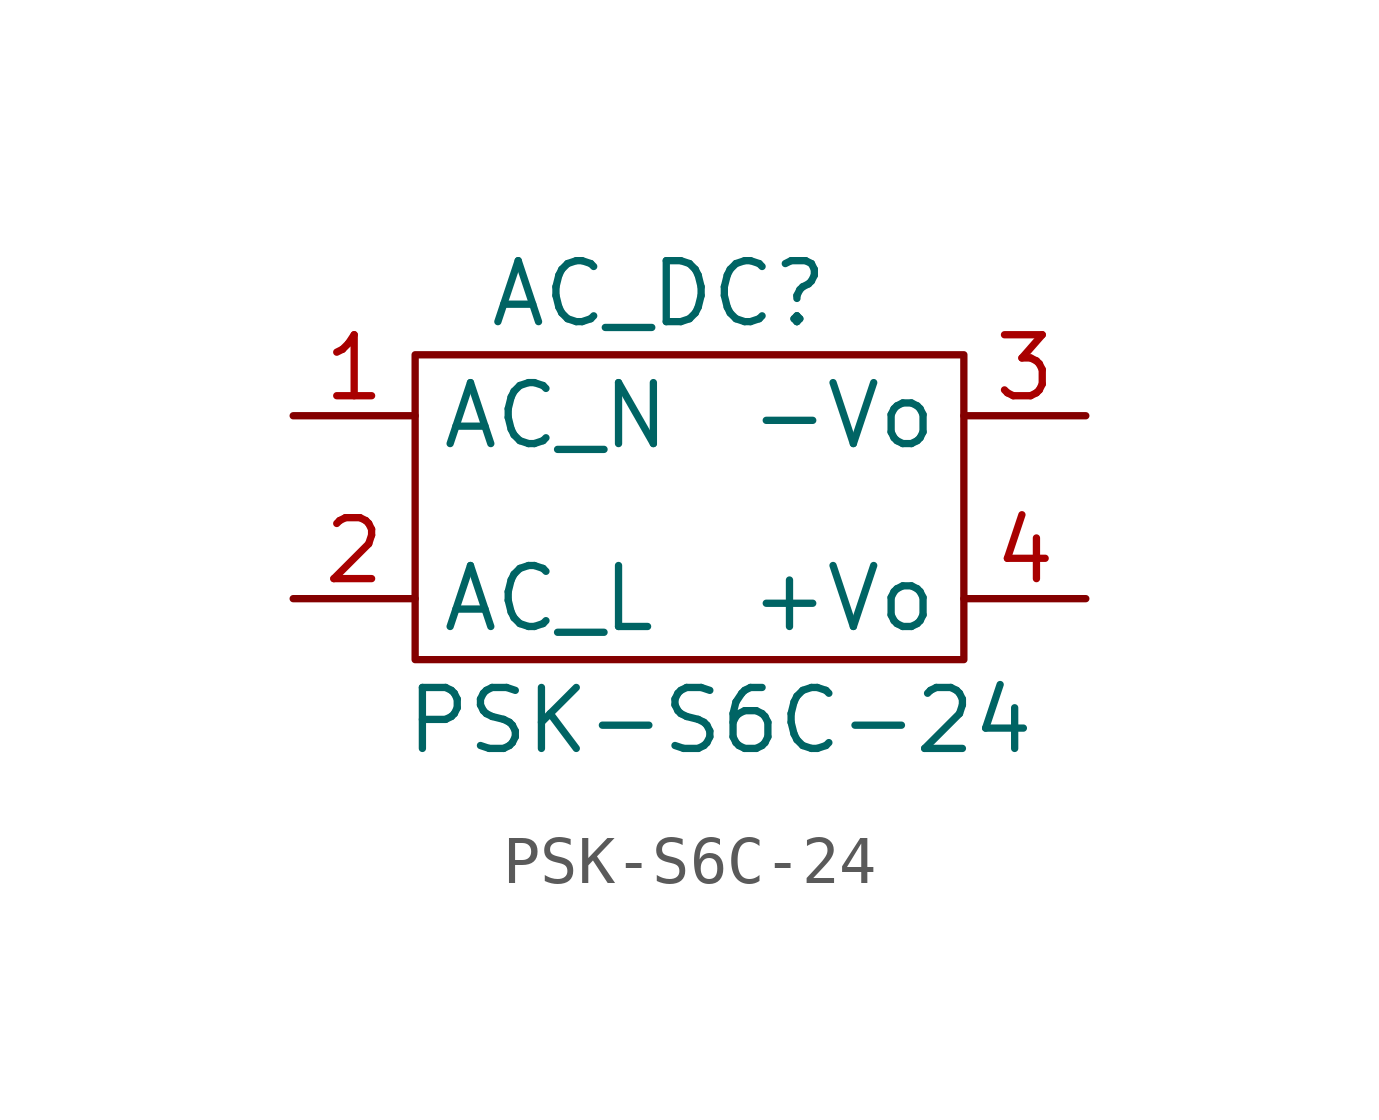
<source format=kicad_sym>
(kicad_symbol_lib
  (version 20211014)
  (generator kicad_symbol_editor)
  (symbol "PSK-S6C-24"
    (property "Reference" "AC_DC"
      (at -1.27 5.08 0)
      (effects (font (size 1.27 1.27))))
    (property "Value" "PSK-S6C-24"
      (at 0 -3.81 0)
      (effects (font (size 1.27 1.27))))
    (symbol "PSK-S6C-24_0_1"
      (rectangle (start -6.35 3.81) (end 5.08 -2.54) (stroke (width 0) (type default) (color 0 0 0 0)) (fill (type none))))
    (symbol "PSK-S6C-24_1_1"
      (pin input line (at -8.89 2.54 0) (length 2.54) (name "AC_N" (effects (font (size 1.27 1.27)))) (number "1" (effects (font (size 1.27 1.27)))))
      (pin input line (at -8.89 -1.27 0) (length 2.54) (name "AC_L" (effects (font (size 1.27 1.27)))) (number "2" (effects (font (size 1.27 1.27)))))
      (pin output line (at 7.62 2.54 180) (length 2.54) (name "-Vo" (effects (font (size 1.27 1.27)))) (number "3" (effects (font (size 1.27 1.27)))))
      (pin output line (at 7.62 -1.27 180) (length 2.54) (name "+Vo" (effects (font (size 1.27 1.27)))) (number "4" (effects (font (size 1.27 1.27))))))))
</source>
